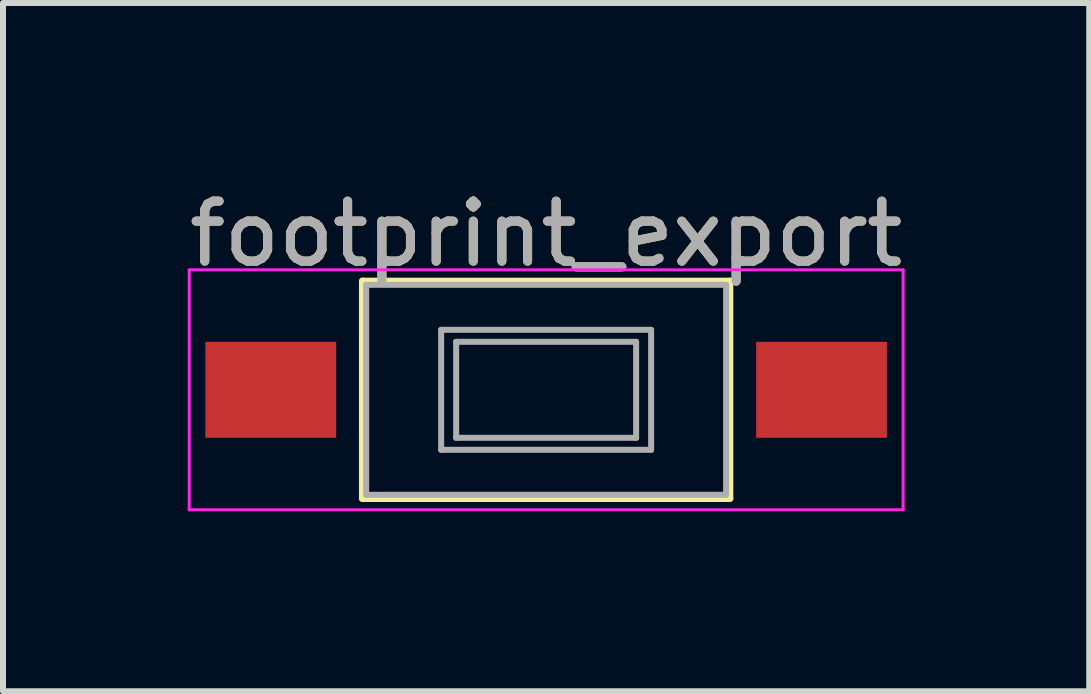
<source format=kicad_pcb>
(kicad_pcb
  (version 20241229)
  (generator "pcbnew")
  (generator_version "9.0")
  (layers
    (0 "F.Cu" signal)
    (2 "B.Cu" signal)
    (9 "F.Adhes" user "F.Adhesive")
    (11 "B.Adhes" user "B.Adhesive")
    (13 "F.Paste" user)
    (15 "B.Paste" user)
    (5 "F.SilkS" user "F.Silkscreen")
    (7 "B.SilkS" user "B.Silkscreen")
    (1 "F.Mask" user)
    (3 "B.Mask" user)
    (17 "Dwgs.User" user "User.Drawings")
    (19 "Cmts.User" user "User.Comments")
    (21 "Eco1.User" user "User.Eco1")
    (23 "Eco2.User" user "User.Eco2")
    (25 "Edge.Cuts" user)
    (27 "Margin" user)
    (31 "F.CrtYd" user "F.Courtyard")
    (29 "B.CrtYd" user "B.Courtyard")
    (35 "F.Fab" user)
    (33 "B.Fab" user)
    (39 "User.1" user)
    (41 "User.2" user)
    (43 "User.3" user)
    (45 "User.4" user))
  (footprint "footprint_export"
    (layer "F.Cu")
    (at 6.054 3.448)
    (property "Reference" "footprint_export" (at 0 -2.6 0) (layer "F.SilkS") (effects (font (size 1 1) (thickness 0.15))))
    (attr smd)
    (fp_line (start -3.06 -1.81) (end 3.06 -1.81) (stroke (width 0.12) (type solid)) (layer "F.SilkS"))
    (fp_line (start -3.06 1.81) (end -3.06 -1.81) (stroke (width 0.12) (type solid)) (layer "F.SilkS"))
    (fp_line (start 3.06 -1.81) (end 3.06 1.81) (stroke (width 0.12) (type solid)) (layer "F.SilkS"))
    (fp_line (start 3.06 1.81) (end -3.06 1.81) (stroke (width 0.12) (type solid)) (layer "F.SilkS"))
    (fp_line (start -5.95 -2) (end -5.95 2) (stroke (width 0.05) (type solid)) (layer "F.CrtYd"))
    (fp_line (start -5.95 -2) (end 5.95 -2) (stroke (width 0.05) (type solid)) (layer "F.CrtYd"))
    (fp_line (start -5.95 2) (end 5.95 2) (stroke (width 0.05) (type solid)) (layer "F.CrtYd"))
    (fp_line (start 5.95 -2) (end 5.95 2) (stroke (width 0.05) (type solid)) (layer "F.CrtYd"))
    (fp_line (start -3 -1.75) (end -3 1.75) (stroke (width 0.1) (type solid)) (layer "F.Fab"))
    (fp_line (start -3 -1.75) (end 3 -1.75) (stroke (width 0.1) (type solid)) (layer "F.Fab"))
    (fp_line (start -3 1.75) (end 3 1.75) (stroke (width 0.1) (type solid)) (layer "F.Fab"))
    (fp_line (start -1.75 -1) (end 1.75 -1) (stroke (width 0.1) (type solid)) (layer "F.Fab"))
    (fp_line (start -1.75 1) (end -1.75 -1) (stroke (width 0.1) (type solid)) (layer "F.Fab"))
    (fp_line (start -1.5 -0.8) (end -1.5 0.8) (stroke (width 0.1) (type solid)) (layer "F.Fab"))
    (fp_line (start -1.5 -0.8) (end 1.5 -0.8) (stroke (width 0.1) (type solid)) (layer "F.Fab"))
    (fp_line (start -1.5 0.8) (end 1.5 0.8) (stroke (width 0.1) (type solid)) (layer "F.Fab"))
    (fp_line (start 1.5 -0.8) (end 1.5 0.8) (stroke (width 0.1) (type solid)) (layer "F.Fab"))
    (fp_line (start 1.75 -1) (end 1.75 1) (stroke (width 0.1) (type solid)) (layer "F.Fab"))
    (fp_line (start 1.75 1) (end -1.75 1) (stroke (width 0.1) (type solid)) (layer "F.Fab"))
    (fp_line (start 3 -1.75) (end 3 1.75) (stroke (width 0.1) (type solid)) (layer "F.Fab"))
    (fp_text user "${REFERENCE}" (at 0 -2.6 0) (layer "F.Fab") (effects (font (size 1 1) (thickness 0.15))))
    (pad "1" smd rect (at -4.59 0) (size 2.18 1.6) (layers "F.Cu" "F.Mask" "F.Paste"))
    (pad "2" smd rect (at 4.59 0) (size 2.18 1.6) (layers "F.Cu" "F.Mask" "F.Paste")))
  (gr_rect
    (start -3 -3)
    (end 15.107 8.473)
    (stroke (width 0.1) (type default))
    (fill no)
    (layer "Edge.Cuts")))
</source>
